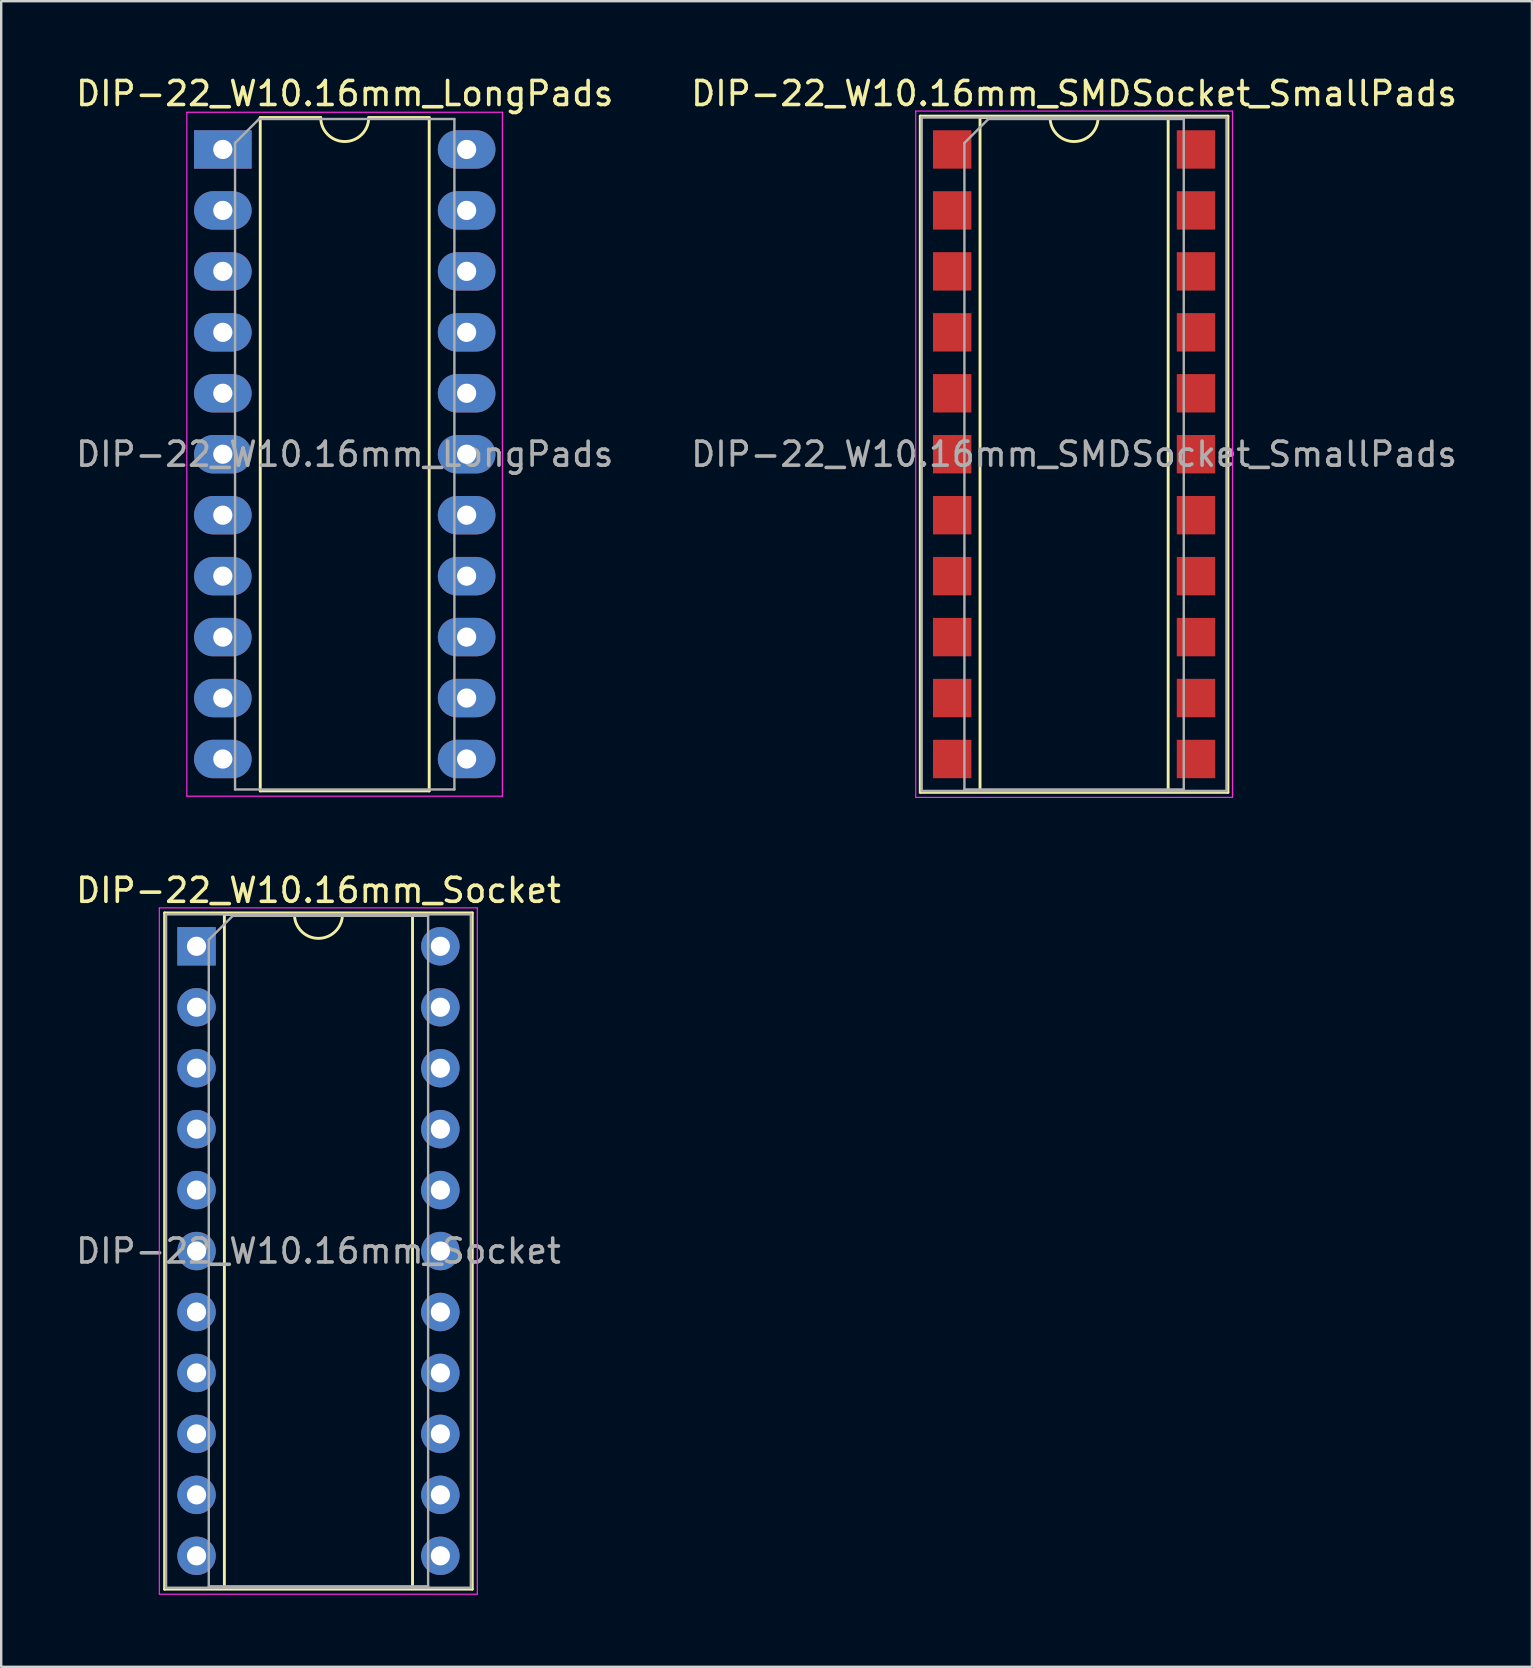
<source format=kicad_pcb>
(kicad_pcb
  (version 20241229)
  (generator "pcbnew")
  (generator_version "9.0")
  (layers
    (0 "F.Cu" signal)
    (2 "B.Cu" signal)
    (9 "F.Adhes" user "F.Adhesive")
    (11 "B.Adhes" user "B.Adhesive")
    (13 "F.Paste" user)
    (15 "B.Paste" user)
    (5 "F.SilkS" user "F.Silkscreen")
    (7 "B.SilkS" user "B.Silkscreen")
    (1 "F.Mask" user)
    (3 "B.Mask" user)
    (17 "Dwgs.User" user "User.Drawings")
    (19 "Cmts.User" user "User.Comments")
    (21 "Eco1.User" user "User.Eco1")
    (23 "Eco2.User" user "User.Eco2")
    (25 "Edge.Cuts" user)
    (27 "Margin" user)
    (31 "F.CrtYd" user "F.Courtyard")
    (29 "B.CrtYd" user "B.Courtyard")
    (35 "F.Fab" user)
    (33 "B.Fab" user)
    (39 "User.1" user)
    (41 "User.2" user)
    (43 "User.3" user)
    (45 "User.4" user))
  (footprint "DIP-22_W10.16mm_SMDSocket_SmallPads"
    (layer "F.Cu")
    (at 41.708 15.878)
    (property "Reference" "DIP-22_W10.16mm_SMDSocket_SmallPads" (at 0 -15.03 0) (layer "F.SilkS") (effects (font (size 1 1) (thickness 0.15))))
    (attr smd)
    (fp_line (start -6.41 -14.09) (end -6.41 14.09) (stroke (width 0.12) (type solid)) (layer "F.SilkS"))
    (fp_line (start -6.41 14.09) (end 6.41 14.09) (stroke (width 0.12) (type solid)) (layer "F.SilkS"))
    (fp_line (start -3.92 -14.03) (end -3.92 14.03) (stroke (width 0.12) (type solid)) (layer "F.SilkS"))
    (fp_line (start -3.92 14.03) (end 3.92 14.03) (stroke (width 0.12) (type solid)) (layer "F.SilkS"))
    (fp_line (start -1 -14.03) (end -3.92 -14.03) (stroke (width 0.12) (type solid)) (layer "F.SilkS"))
    (fp_line (start 3.92 -14.03) (end 1 -14.03) (stroke (width 0.12) (type solid)) (layer "F.SilkS"))
    (fp_line (start 3.92 14.03) (end 3.92 -14.03) (stroke (width 0.12) (type solid)) (layer "F.SilkS"))
    (fp_line (start 6.41 -14.09) (end -6.41 -14.09) (stroke (width 0.12) (type solid)) (layer "F.SilkS"))
    (fp_line (start 6.41 14.09) (end 6.41 -14.09) (stroke (width 0.12) (type solid)) (layer "F.SilkS"))
    (fp_arc (start 1 -14.03) (mid 0 -13.03) (end -1 -14.03) (stroke (width 0.12) (type solid)) (layer "F.SilkS"))
    (fp_line (start -6.6 -14.3) (end -6.6 14.3) (stroke (width 0.05) (type solid)) (layer "F.CrtYd"))
    (fp_line (start -6.6 14.3) (end 6.6 14.3) (stroke (width 0.05) (type solid)) (layer "F.CrtYd"))
    (fp_line (start 6.6 -14.3) (end -6.6 -14.3) (stroke (width 0.05) (type solid)) (layer "F.CrtYd"))
    (fp_line (start 6.6 14.3) (end 6.6 -14.3) (stroke (width 0.05) (type solid)) (layer "F.CrtYd"))
    (fp_line (start -6.35 -14.03) (end -6.35 14.03) (stroke (width 0.1) (type solid)) (layer "F.Fab"))
    (fp_line (start -6.35 14.03) (end 6.35 14.03) (stroke (width 0.1) (type solid)) (layer "F.Fab"))
    (fp_line (start -4.57 -12.97) (end -3.57 -13.97) (stroke (width 0.1) (type solid)) (layer "F.Fab"))
    (fp_line (start -4.57 13.97) (end -4.57 -12.97) (stroke (width 0.1) (type solid)) (layer "F.Fab"))
    (fp_line (start -3.57 -13.97) (end 4.57 -13.97) (stroke (width 0.1) (type solid)) (layer "F.Fab"))
    (fp_line (start 4.57 -13.97) (end 4.57 13.97) (stroke (width 0.1) (type solid)) (layer "F.Fab"))
    (fp_line (start 4.57 13.97) (end -4.57 13.97) (stroke (width 0.1) (type solid)) (layer "F.Fab"))
    (fp_line (start 6.35 -14.03) (end -6.35 -14.03) (stroke (width 0.1) (type solid)) (layer "F.Fab"))
    (fp_line (start 6.35 14.03) (end 6.35 -14.03) (stroke (width 0.1) (type solid)) (layer "F.Fab"))
    (fp_text user "${REFERENCE}" (at 0 0 0) (layer "F.Fab") (effects (font (size 1 1) (thickness 0.15))))
    (pad "1" smd rect (at -5.08 -12.7) (size 1.6 1.6) (layers "F.Cu" "F.Mask" "F.Paste"))
    (pad "2" smd rect (at -5.08 -10.16) (size 1.6 1.6) (layers "F.Cu" "F.Mask" "F.Paste"))
    (pad "3" smd rect (at -5.08 -7.62) (size 1.6 1.6) (layers "F.Cu" "F.Mask" "F.Paste"))
    (pad "4" smd rect (at -5.08 -5.08) (size 1.6 1.6) (layers "F.Cu" "F.Mask" "F.Paste"))
    (pad "5" smd rect (at -5.08 -2.54) (size 1.6 1.6) (layers "F.Cu" "F.Mask" "F.Paste"))
    (pad "6" smd rect (at -5.08 0) (size 1.6 1.6) (layers "F.Cu" "F.Mask" "F.Paste"))
    (pad "7" smd rect (at -5.08 2.54) (size 1.6 1.6) (layers "F.Cu" "F.Mask" "F.Paste"))
    (pad "8" smd rect (at -5.08 5.08) (size 1.6 1.6) (layers "F.Cu" "F.Mask" "F.Paste"))
    (pad "9" smd rect (at -5.08 7.62) (size 1.6 1.6) (layers "F.Cu" "F.Mask" "F.Paste"))
    (pad "10" smd rect (at -5.08 10.16) (size 1.6 1.6) (layers "F.Cu" "F.Mask" "F.Paste"))
    (pad "11" smd rect (at -5.08 12.7) (size 1.6 1.6) (layers "F.Cu" "F.Mask" "F.Paste"))
    (pad "12" smd rect (at 5.08 12.7) (size 1.6 1.6) (layers "F.Cu" "F.Mask" "F.Paste"))
    (pad "13" smd rect (at 5.08 10.16) (size 1.6 1.6) (layers "F.Cu" "F.Mask" "F.Paste"))
    (pad "14" smd rect (at 5.08 7.62) (size 1.6 1.6) (layers "F.Cu" "F.Mask" "F.Paste"))
    (pad "15" smd rect (at 5.08 5.08) (size 1.6 1.6) (layers "F.Cu" "F.Mask" "F.Paste"))
    (pad "16" smd rect (at 5.08 2.54) (size 1.6 1.6) (layers "F.Cu" "F.Mask" "F.Paste"))
    (pad "17" smd rect (at 5.08 0) (size 1.6 1.6) (layers "F.Cu" "F.Mask" "F.Paste"))
    (pad "18" smd rect (at 5.08 -2.54) (size 1.6 1.6) (layers "F.Cu" "F.Mask" "F.Paste"))
    (pad "19" smd rect (at 5.08 -5.08) (size 1.6 1.6) (layers "F.Cu" "F.Mask" "F.Paste"))
    (pad "20" smd rect (at 5.08 -7.62) (size 1.6 1.6) (layers "F.Cu" "F.Mask" "F.Paste"))
    (pad "21" smd rect (at 5.08 -10.16) (size 1.6 1.6) (layers "F.Cu" "F.Mask" "F.Paste"))
    (pad "22" smd rect (at 5.08 -12.7) (size 1.6 1.6) (layers "F.Cu" "F.Mask" "F.Paste")))
  (footprint "DIP-22_W10.16mm_Socket"
    (layer "F.Cu")
    (at 5.14 36.382)
    (property "Reference" "DIP-22_W10.16mm_Socket" (at 5.08 -2.33 0) (layer "F.SilkS") (effects (font (size 1 1) (thickness 0.15))))
    (attr through_hole)
    (fp_line (start -1.33 -1.39) (end -1.33 26.79) (stroke (width 0.12) (type solid)) (layer "F.SilkS"))
    (fp_line (start -1.33 26.79) (end 11.49 26.79) (stroke (width 0.12) (type solid)) (layer "F.SilkS"))
    (fp_line (start 1.16 -1.33) (end 1.16 26.73) (stroke (width 0.12) (type solid)) (layer "F.SilkS"))
    (fp_line (start 1.16 26.73) (end 9 26.73) (stroke (width 0.12) (type solid)) (layer "F.SilkS"))
    (fp_line (start 4.08 -1.33) (end 1.16 -1.33) (stroke (width 0.12) (type solid)) (layer "F.SilkS"))
    (fp_line (start 9 -1.33) (end 6.08 -1.33) (stroke (width 0.12) (type solid)) (layer "F.SilkS"))
    (fp_line (start 9 26.73) (end 9 -1.33) (stroke (width 0.12) (type solid)) (layer "F.SilkS"))
    (fp_line (start 11.49 -1.39) (end -1.33 -1.39) (stroke (width 0.12) (type solid)) (layer "F.SilkS"))
    (fp_line (start 11.49 26.79) (end 11.49 -1.39) (stroke (width 0.12) (type solid)) (layer "F.SilkS"))
    (fp_arc (start 6.08 -1.33) (mid 5.08 -0.33) (end 4.08 -1.33) (stroke (width 0.12) (type solid)) (layer "F.SilkS"))
    (fp_line (start -1.55 -1.6) (end -1.55 27) (stroke (width 0.05) (type solid)) (layer "F.CrtYd"))
    (fp_line (start -1.55 27) (end 11.7 27) (stroke (width 0.05) (type solid)) (layer "F.CrtYd"))
    (fp_line (start 11.7 -1.6) (end -1.55 -1.6) (stroke (width 0.05) (type solid)) (layer "F.CrtYd"))
    (fp_line (start 11.7 27) (end 11.7 -1.6) (stroke (width 0.05) (type solid)) (layer "F.CrtYd"))
    (fp_line (start -1.27 -1.33) (end -1.27 26.73) (stroke (width 0.1) (type solid)) (layer "F.Fab"))
    (fp_line (start -1.27 26.73) (end 11.43 26.73) (stroke (width 0.1) (type solid)) (layer "F.Fab"))
    (fp_line (start 0.51 -0.27) (end 1.51 -1.27) (stroke (width 0.1) (type solid)) (layer "F.Fab"))
    (fp_line (start 0.51 26.67) (end 0.51 -0.27) (stroke (width 0.1) (type solid)) (layer "F.Fab"))
    (fp_line (start 1.51 -1.27) (end 9.65 -1.27) (stroke (width 0.1) (type solid)) (layer "F.Fab"))
    (fp_line (start 9.65 -1.27) (end 9.65 26.67) (stroke (width 0.1) (type solid)) (layer "F.Fab"))
    (fp_line (start 9.65 26.67) (end 0.51 26.67) (stroke (width 0.1) (type solid)) (layer "F.Fab"))
    (fp_line (start 11.43 -1.33) (end -1.27 -1.33) (stroke (width 0.1) (type solid)) (layer "F.Fab"))
    (fp_line (start 11.43 26.73) (end 11.43 -1.33) (stroke (width 0.1) (type solid)) (layer "F.Fab"))
    (fp_text user "${REFERENCE}" (at 5.08 12.7 0) (layer "F.Fab") (effects (font (size 1 1) (thickness 0.15))))
    (pad "1" thru_hole rect (at 0 0) (size 1.6 1.6) (drill 0.8) (layers "*.Cu" "*.Mask"))
    (pad "2" thru_hole oval (at 0 2.54) (size 1.6 1.6) (drill 0.8) (layers "*.Cu" "*.Mask"))
    (pad "3" thru_hole oval (at 0 5.08) (size 1.6 1.6) (drill 0.8) (layers "*.Cu" "*.Mask"))
    (pad "4" thru_hole oval (at 0 7.62) (size 1.6 1.6) (drill 0.8) (layers "*.Cu" "*.Mask"))
    (pad "5" thru_hole oval (at 0 10.16) (size 1.6 1.6) (drill 0.8) (layers "*.Cu" "*.Mask"))
    (pad "6" thru_hole oval (at 0 12.7) (size 1.6 1.6) (drill 0.8) (layers "*.Cu" "*.Mask"))
    (pad "7" thru_hole oval (at 0 15.24) (size 1.6 1.6) (drill 0.8) (layers "*.Cu" "*.Mask"))
    (pad "8" thru_hole oval (at 0 17.78) (size 1.6 1.6) (drill 0.8) (layers "*.Cu" "*.Mask"))
    (pad "9" thru_hole oval (at 0 20.32) (size 1.6 1.6) (drill 0.8) (layers "*.Cu" "*.Mask"))
    (pad "10" thru_hole oval (at 0 22.86) (size 1.6 1.6) (drill 0.8) (layers "*.Cu" "*.Mask"))
    (pad "11" thru_hole oval (at 0 25.4) (size 1.6 1.6) (drill 0.8) (layers "*.Cu" "*.Mask"))
    (pad "12" thru_hole oval (at 10.16 25.4) (size 1.6 1.6) (drill 0.8) (layers "*.Cu" "*.Mask"))
    (pad "13" thru_hole oval (at 10.16 22.86) (size 1.6 1.6) (drill 0.8) (layers "*.Cu" "*.Mask"))
    (pad "14" thru_hole oval (at 10.16 20.32) (size 1.6 1.6) (drill 0.8) (layers "*.Cu" "*.Mask"))
    (pad "15" thru_hole oval (at 10.16 17.78) (size 1.6 1.6) (drill 0.8) (layers "*.Cu" "*.Mask"))
    (pad "16" thru_hole oval (at 10.16 15.24) (size 1.6 1.6) (drill 0.8) (layers "*.Cu" "*.Mask"))
    (pad "17" thru_hole oval (at 10.16 12.7) (size 1.6 1.6) (drill 0.8) (layers "*.Cu" "*.Mask"))
    (pad "18" thru_hole oval (at 10.16 10.16) (size 1.6 1.6) (drill 0.8) (layers "*.Cu" "*.Mask"))
    (pad "19" thru_hole oval (at 10.16 7.62) (size 1.6 1.6) (drill 0.8) (layers "*.Cu" "*.Mask"))
    (pad "20" thru_hole oval (at 10.16 5.08) (size 1.6 1.6) (drill 0.8) (layers "*.Cu" "*.Mask"))
    (pad "21" thru_hole oval (at 10.16 2.54) (size 1.6 1.6) (drill 0.8) (layers "*.Cu" "*.Mask"))
    (pad "22" thru_hole oval (at 10.16 0) (size 1.6 1.6) (drill 0.8) (layers "*.Cu" "*.Mask")))
  (footprint "DIP-22_W10.16mm_LongPads"
    (layer "F.Cu")
    (at 6.235 3.178)
    (property "Reference" "DIP-22_W10.16mm_LongPads" (at 5.08 -2.33 0) (layer "F.SilkS") (effects (font (size 1 1) (thickness 0.15))))
    (attr through_hole)
    (fp_line (start 1.56 -1.33) (end 1.56 26.73) (stroke (width 0.12) (type solid)) (layer "F.SilkS"))
    (fp_line (start 1.56 26.73) (end 8.6 26.73) (stroke (width 0.12) (type solid)) (layer "F.SilkS"))
    (fp_line (start 4.08 -1.33) (end 1.56 -1.33) (stroke (width 0.12) (type solid)) (layer "F.SilkS"))
    (fp_line (start 8.6 -1.33) (end 6.08 -1.33) (stroke (width 0.12) (type solid)) (layer "F.SilkS"))
    (fp_line (start 8.6 26.73) (end 8.6 -1.33) (stroke (width 0.12) (type solid)) (layer "F.SilkS"))
    (fp_arc (start 6.08 -1.33) (mid 5.08 -0.33) (end 4.08 -1.33) (stroke (width 0.12) (type solid)) (layer "F.SilkS"))
    (fp_line (start -1.5 -1.55) (end -1.5 26.95) (stroke (width 0.05) (type solid)) (layer "F.CrtYd"))
    (fp_line (start -1.5 26.95) (end 11.65 26.95) (stroke (width 0.05) (type solid)) (layer "F.CrtYd"))
    (fp_line (start 11.65 -1.55) (end -1.5 -1.55) (stroke (width 0.05) (type solid)) (layer "F.CrtYd"))
    (fp_line (start 11.65 26.95) (end 11.65 -1.55) (stroke (width 0.05) (type solid)) (layer "F.CrtYd"))
    (fp_line (start 0.51 -0.27) (end 1.51 -1.27) (stroke (width 0.1) (type solid)) (layer "F.Fab"))
    (fp_line (start 0.51 26.67) (end 0.51 -0.27) (stroke (width 0.1) (type solid)) (layer "F.Fab"))
    (fp_line (start 1.51 -1.27) (end 9.65 -1.27) (stroke (width 0.1) (type solid)) (layer "F.Fab"))
    (fp_line (start 9.65 -1.27) (end 9.65 26.67) (stroke (width 0.1) (type solid)) (layer "F.Fab"))
    (fp_line (start 9.65 26.67) (end 0.51 26.67) (stroke (width 0.1) (type solid)) (layer "F.Fab"))
    (fp_text user "${REFERENCE}" (at 5.08 12.7 0) (layer "F.Fab") (effects (font (size 1 1) (thickness 0.15))))
    (pad "1" thru_hole rect (at 0 0) (size 2.4 1.6) (drill 0.8) (layers "*.Cu" "*.Mask"))
    (pad "2" thru_hole oval (at 0 2.54) (size 2.4 1.6) (drill 0.8) (layers "*.Cu" "*.Mask"))
    (pad "3" thru_hole oval (at 0 5.08) (size 2.4 1.6) (drill 0.8) (layers "*.Cu" "*.Mask"))
    (pad "4" thru_hole oval (at 0 7.62) (size 2.4 1.6) (drill 0.8) (layers "*.Cu" "*.Mask"))
    (pad "5" thru_hole oval (at 0 10.16) (size 2.4 1.6) (drill 0.8) (layers "*.Cu" "*.Mask"))
    (pad "6" thru_hole oval (at 0 12.7) (size 2.4 1.6) (drill 0.8) (layers "*.Cu" "*.Mask"))
    (pad "7" thru_hole oval (at 0 15.24) (size 2.4 1.6) (drill 0.8) (layers "*.Cu" "*.Mask"))
    (pad "8" thru_hole oval (at 0 17.78) (size 2.4 1.6) (drill 0.8) (layers "*.Cu" "*.Mask"))
    (pad "9" thru_hole oval (at 0 20.32) (size 2.4 1.6) (drill 0.8) (layers "*.Cu" "*.Mask"))
    (pad "10" thru_hole oval (at 0 22.86) (size 2.4 1.6) (drill 0.8) (layers "*.Cu" "*.Mask"))
    (pad "11" thru_hole oval (at 0 25.4) (size 2.4 1.6) (drill 0.8) (layers "*.Cu" "*.Mask"))
    (pad "12" thru_hole oval (at 10.16 25.4) (size 2.4 1.6) (drill 0.8) (layers "*.Cu" "*.Mask"))
    (pad "13" thru_hole oval (at 10.16 22.86) (size 2.4 1.6) (drill 0.8) (layers "*.Cu" "*.Mask"))
    (pad "14" thru_hole oval (at 10.16 20.32) (size 2.4 1.6) (drill 0.8) (layers "*.Cu" "*.Mask"))
    (pad "15" thru_hole oval (at 10.16 17.78) (size 2.4 1.6) (drill 0.8) (layers "*.Cu" "*.Mask"))
    (pad "16" thru_hole oval (at 10.16 15.24) (size 2.4 1.6) (drill 0.8) (layers "*.Cu" "*.Mask"))
    (pad "17" thru_hole oval (at 10.16 12.7) (size 2.4 1.6) (drill 0.8) (layers "*.Cu" "*.Mask"))
    (pad "18" thru_hole oval (at 10.16 10.16) (size 2.4 1.6) (drill 0.8) (layers "*.Cu" "*.Mask"))
    (pad "19" thru_hole oval (at 10.16 7.62) (size 2.4 1.6) (drill 0.8) (layers "*.Cu" "*.Mask"))
    (pad "20" thru_hole oval (at 10.16 5.08) (size 2.4 1.6) (drill 0.8) (layers "*.Cu" "*.Mask"))
    (pad "21" thru_hole oval (at 10.16 2.54) (size 2.4 1.6) (drill 0.8) (layers "*.Cu" "*.Mask"))
    (pad "22" thru_hole oval (at 10.16 0) (size 2.4 1.6) (drill 0.8) (layers "*.Cu" "*.Mask")))
  (gr_rect
    (start -3 -3)
    (end 60.786 66.406)
    (stroke (width 0.1) (type default))
    (fill no)
    (layer "Edge.Cuts")))
</source>
